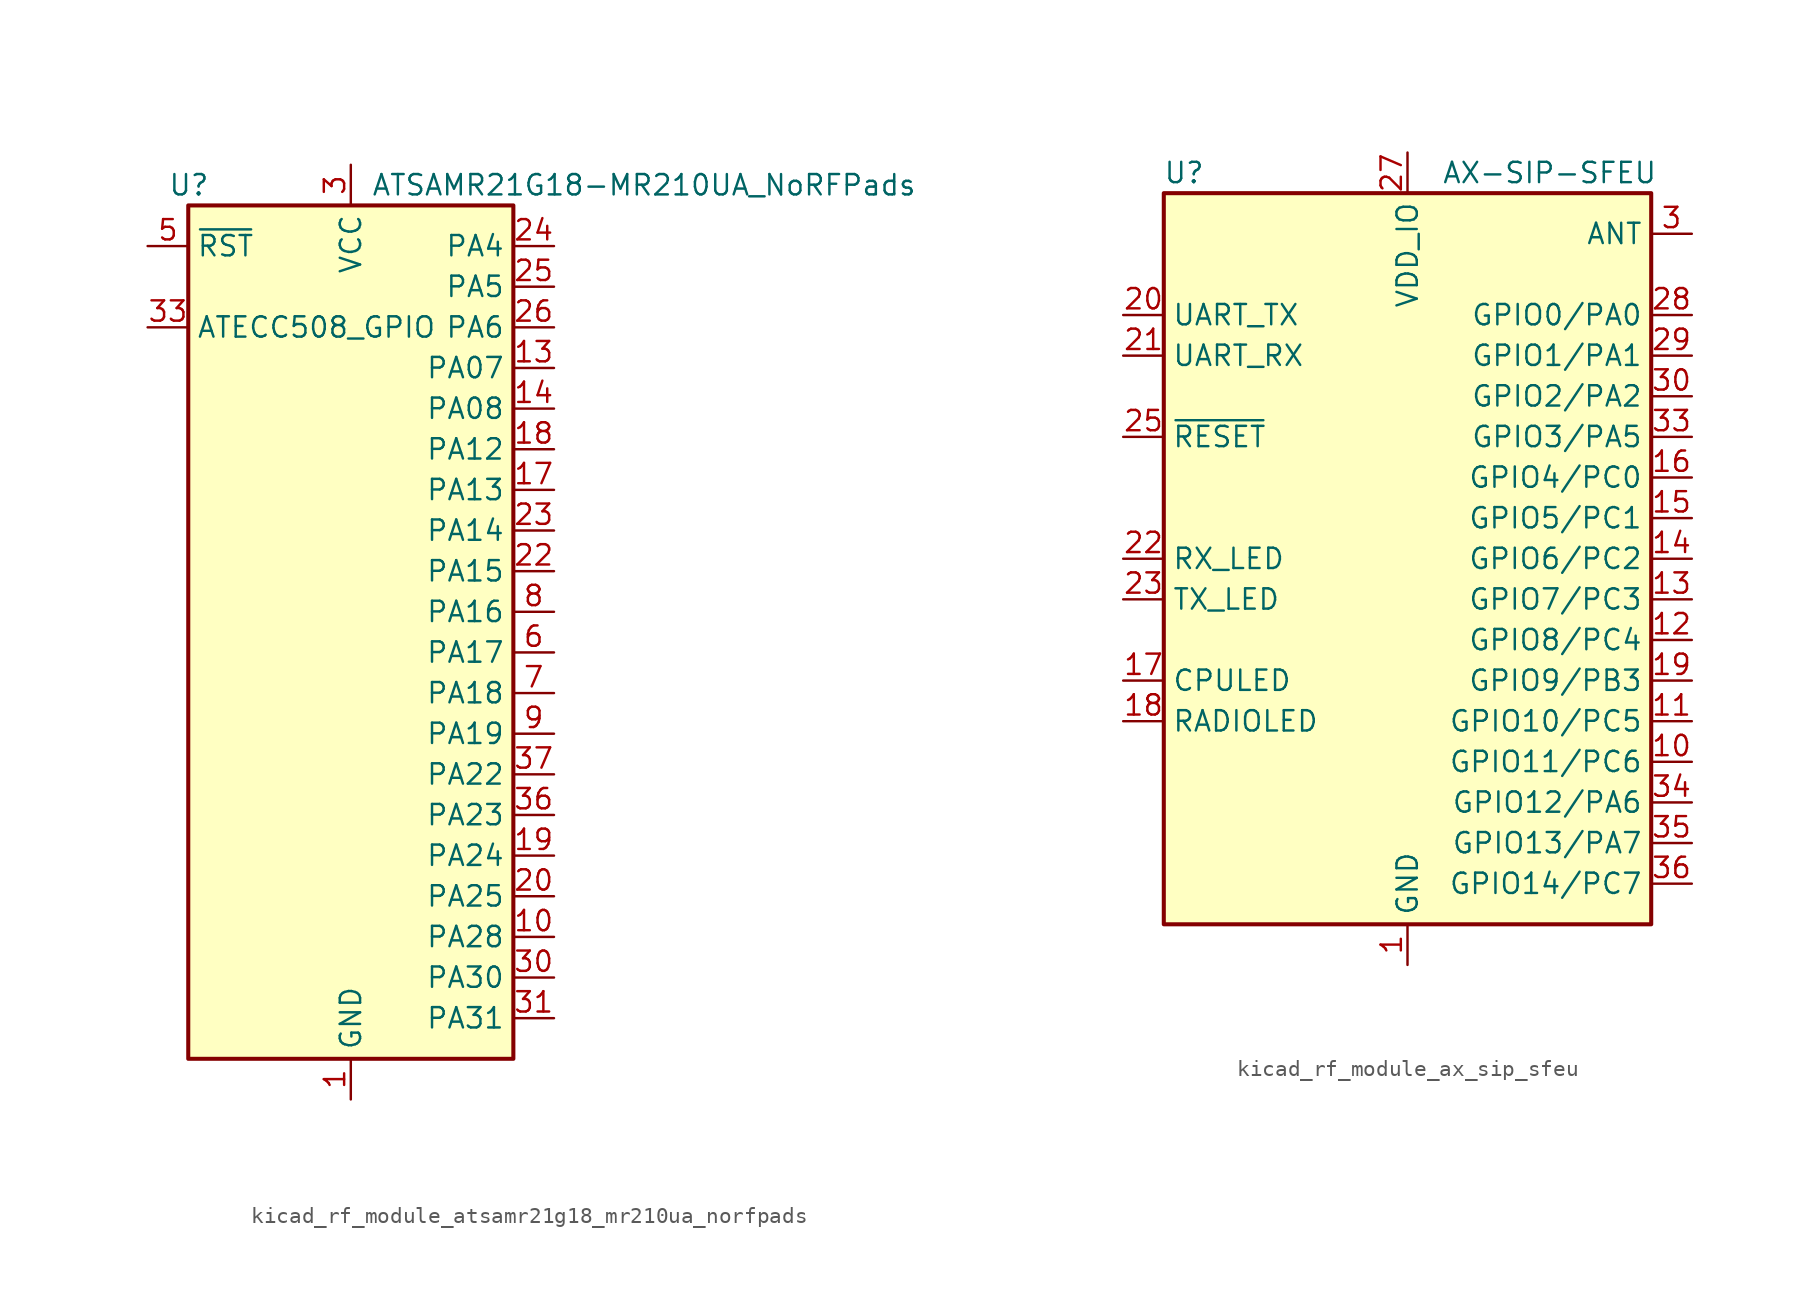
<source format=kicad_sym>
(kicad_symbol_lib
  (version 20220914)
  (generator kicad_symbol_editor)
  (symbol "kicad_rf_module_atsamr21g18_mr210ua_norfpads"
    (property "Reference" "U"
      (at -11.43 29.21 0)
      (effects (font (size 1.27 1.27)) (justify left)))
    (property "Value" "ATSAMR21G18-MR210UA_NoRFPads"
      (at 1.27 29.21 0)
      (effects (font (size 1.27 1.27)) (justify left)))
    (symbol "kicad_rf_module_atsamr21g18_mr210ua_norfpads_1_1"
      (rectangle (start -10.16 27.94) (end 10.16 -25.4) (stroke (width 0.254) (type default)) (fill (type background)))
      (pin power_in line (at 0 -27.94 90) (length 2.54) (name "GND" (effects (font (size 1.27 1.27)))) (number "1" (effects (font (size 1.27 1.27)))))
      (pin bidirectional line (at 12.7 -17.78 180) (length 2.54) (name "PA28" (effects (font (size 1.27 1.27)))) (number "10" (effects (font (size 1.27 1.27)))))
      (pin no_connect line (at -10.16 15.24 0) (length 2.54) hide (name "NC" (effects (font (size 1.27 1.27)))) (number "11" (effects (font (size 1.27 1.27)))))
      (pin passive line (at 0 -27.94 90) (length 2.54) hide (name "GND" (effects (font (size 1.27 1.27)))) (number "12" (effects (font (size 1.27 1.27)))))
      (pin bidirectional line (at 12.7 17.78 180) (length 2.54) (name "PA07" (effects (font (size 1.27 1.27)))) (number "13" (effects (font (size 1.27 1.27)))))
      (pin bidirectional line (at 12.7 15.24 180) (length 2.54) (name "PA08" (effects (font (size 1.27 1.27)))) (number "14" (effects (font (size 1.27 1.27)))))
      (pin no_connect line (at -10.16 12.7 0) (length 2.54) hide (name "NC" (effects (font (size 1.27 1.27)))) (number "15" (effects (font (size 1.27 1.27)))))
      (pin no_connect line (at -10.16 10.16 0) (length 2.54) hide (name "NC" (effects (font (size 1.27 1.27)))) (number "16" (effects (font (size 1.27 1.27)))))
      (pin bidirectional line (at 12.7 10.16 180) (length 2.54) (name "PA13" (effects (font (size 1.27 1.27)))) (number "17" (effects (font (size 1.27 1.27)))))
      (pin bidirectional line (at 12.7 12.7 180) (length 2.54) (name "PA12" (effects (font (size 1.27 1.27)))) (number "18" (effects (font (size 1.27 1.27)))))
      (pin bidirectional line (at 12.7 -12.7 180) (length 2.54) (name "PA24" (effects (font (size 1.27 1.27)))) (number "19" (effects (font (size 1.27 1.27)))))
      (pin passive line (at 0 -27.94 90) (length 2.54) hide (name "GND" (effects (font (size 1.27 1.27)))) (number "2" (effects (font (size 1.27 1.27)))))
      (pin bidirectional line (at 12.7 -15.24 180) (length 2.54) (name "PA25" (effects (font (size 1.27 1.27)))) (number "20" (effects (font (size 1.27 1.27)))))
      (pin no_connect line (at -10.16 7.62 0) (length 2.54) hide (name "NC" (effects (font (size 1.27 1.27)))) (number "21" (effects (font (size 1.27 1.27)))))
      (pin bidirectional line (at 12.7 5.08 180) (length 2.54) (name "PA15" (effects (font (size 1.27 1.27)))) (number "22" (effects (font (size 1.27 1.27)))))
      (pin bidirectional line (at 12.7 7.62 180) (length 2.54) (name "PA14" (effects (font (size 1.27 1.27)))) (number "23" (effects (font (size 1.27 1.27)))))
      (pin bidirectional line (at 12.7 25.4 180) (length 2.54) (name "PA4" (effects (font (size 1.27 1.27)))) (number "24" (effects (font (size 1.27 1.27)))))
      (pin bidirectional line (at 12.7 22.86 180) (length 2.54) (name "PA5" (effects (font (size 1.27 1.27)))) (number "25" (effects (font (size 1.27 1.27)))))
      (pin bidirectional line (at 12.7 20.32 180) (length 2.54) (name "PA6" (effects (font (size 1.27 1.27)))) (number "26" (effects (font (size 1.27 1.27)))))
      (pin no_connect line (at -10.16 5.08 0) (length 2.54) hide (name "NC" (effects (font (size 1.27 1.27)))) (number "27" (effects (font (size 1.27 1.27)))))
      (pin no_connect line (at -10.16 2.54 0) (length 2.54) hide (name "NC" (effects (font (size 1.27 1.27)))) (number "28" (effects (font (size 1.27 1.27)))))
      (pin passive line (at 0 -27.94 90) (length 2.54) hide (name "GND" (effects (font (size 1.27 1.27)))) (number "29" (effects (font (size 1.27 1.27)))))
      (pin power_in line (at 0 30.48 270) (length 2.54) (name "VCC" (effects (font (size 1.27 1.27)))) (number "3" (effects (font (size 1.27 1.27)))))
      (pin bidirectional line (at 12.7 -20.32 180) (length 2.54) (name "PA30" (effects (font (size 1.27 1.27)))) (number "30" (effects (font (size 1.27 1.27)))))
      (pin bidirectional line (at 12.7 -22.86 180) (length 2.54) (name "PA31" (effects (font (size 1.27 1.27)))) (number "31" (effects (font (size 1.27 1.27)))))
      (pin no_connect line (at -10.16 0 0) (length 2.54) hide (name "NC" (effects (font (size 1.27 1.27)))) (number "32" (effects (font (size 1.27 1.27)))))
      (pin bidirectional line (at -12.7 20.32 0) (length 2.54) (name "ATECC508_GPIO" (effects (font (size 1.27 1.27)))) (number "33" (effects (font (size 1.27 1.27)))))
      (pin no_connect line (at -10.16 -2.54 0) (length 2.54) hide (name "NC" (effects (font (size 1.27 1.27)))) (number "34" (effects (font (size 1.27 1.27)))))
      (pin no_connect line (at -10.16 -5.08 0) (length 2.54) hide (name "NC" (effects (font (size 1.27 1.27)))) (number "35" (effects (font (size 1.27 1.27)))))
      (pin bidirectional line (at 12.7 -10.16 180) (length 2.54) (name "PA23" (effects (font (size 1.27 1.27)))) (number "36" (effects (font (size 1.27 1.27)))))
      (pin bidirectional line (at 12.7 -7.62 180) (length 2.54) (name "PA22" (effects (font (size 1.27 1.27)))) (number "37" (effects (font (size 1.27 1.27)))))
      (pin no_connect line (at -10.16 -7.62 0) (length 2.54) hide (name "NC" (effects (font (size 1.27 1.27)))) (number "38" (effects (font (size 1.27 1.27)))))
      (pin no_connect line (at -10.16 -10.16 0) (length 2.54) hide (name "NC" (effects (font (size 1.27 1.27)))) (number "39" (effects (font (size 1.27 1.27)))))
      (pin passive line (at 0 30.48 270) (length 2.54) hide (name "VCC" (effects (font (size 1.27 1.27)))) (number "4" (effects (font (size 1.27 1.27)))))
      (pin no_connect line (at -10.16 -12.7 0) (length 2.54) hide (name "NC" (effects (font (size 1.27 1.27)))) (number "40" (effects (font (size 1.27 1.27)))))
      (pin passive line (at 0 -27.94 90) (length 2.54) hide (name "GND" (effects (font (size 1.27 1.27)))) (number "41" (effects (font (size 1.27 1.27)))))
      (pin passive line (at 0 -27.94 90) (length 2.54) hide (name "GND" (effects (font (size 1.27 1.27)))) (number "42" (effects (font (size 1.27 1.27)))))
      (pin input line (at -12.7 25.4 0) (length 2.54) (name "~{RST}" (effects (font (size 1.27 1.27)))) (number "5" (effects (font (size 1.27 1.27)))))
      (pin bidirectional line (at 12.7 0 180) (length 2.54) (name "PA17" (effects (font (size 1.27 1.27)))) (number "6" (effects (font (size 1.27 1.27)))))
      (pin bidirectional line (at 12.7 -2.54 180) (length 2.54) (name "PA18" (effects (font (size 1.27 1.27)))) (number "7" (effects (font (size 1.27 1.27)))))
      (pin bidirectional line (at 12.7 2.54 180) (length 2.54) (name "PA16" (effects (font (size 1.27 1.27)))) (number "8" (effects (font (size 1.27 1.27)))))
      (pin bidirectional line (at 12.7 -5.08 180) (length 2.54) (name "PA19" (effects (font (size 1.27 1.27)))) (number "9" (effects (font (size 1.27 1.27)))))))
  (symbol "kicad_rf_module_ax_sip_sfeu"
    (property "Reference" "U"
      (at -13.97 24.13 0)
      (effects (font (size 1.27 1.27))))
    (property "Value" "AX-SIP-SFEU"
      (at 8.89 24.13 0)
      (effects (font (size 1.27 1.27))))
    (symbol "kicad_rf_module_ax_sip_sfeu_0_1"
      (rectangle (start -15.24 22.86) (end 15.24 -22.86) (stroke (width 0.254) (type default)) (fill (type background))))
    (symbol "kicad_rf_module_ax_sip_sfeu_1_1"
      (pin power_in line (at 0 -25.4 90) (length 2.54) (name "GND" (effects (font (size 1.27 1.27)))) (number "1" (effects (font (size 1.27 1.27)))))
      (pin bidirectional line (at 17.78 -12.7 180) (length 2.54) (name "GPIO11/PC6" (effects (font (size 1.27 1.27)))) (number "10" (effects (font (size 1.27 1.27)))))
      (pin bidirectional line (at 17.78 -10.16 180) (length 2.54) (name "GPIO10/PC5" (effects (font (size 1.27 1.27)))) (number "11" (effects (font (size 1.27 1.27)))))
      (pin bidirectional line (at 17.78 -5.08 180) (length 2.54) (name "GPIO8/PC4" (effects (font (size 1.27 1.27)))) (number "12" (effects (font (size 1.27 1.27)))))
      (pin bidirectional line (at 17.78 -2.54 180) (length 2.54) (name "GPIO7/PC3" (effects (font (size 1.27 1.27)))) (number "13" (effects (font (size 1.27 1.27)))))
      (pin bidirectional line (at 17.78 0 180) (length 2.54) (name "GPIO6/PC2" (effects (font (size 1.27 1.27)))) (number "14" (effects (font (size 1.27 1.27)))))
      (pin bidirectional line (at 17.78 2.54 180) (length 2.54) (name "GPIO5/PC1" (effects (font (size 1.27 1.27)))) (number "15" (effects (font (size 1.27 1.27)))))
      (pin bidirectional line (at 17.78 5.08 180) (length 2.54) (name "GPIO4/PC0" (effects (font (size 1.27 1.27)))) (number "16" (effects (font (size 1.27 1.27)))))
      (pin output line (at -17.78 -7.62 0) (length 2.54) (name "CPULED" (effects (font (size 1.27 1.27)))) (number "17" (effects (font (size 1.27 1.27)))))
      (pin output line (at -17.78 -10.16 0) (length 2.54) (name "RADIOLED" (effects (font (size 1.27 1.27)))) (number "18" (effects (font (size 1.27 1.27)))))
      (pin bidirectional line (at 17.78 -7.62 180) (length 2.54) (name "GPIO9/PB3" (effects (font (size 1.27 1.27)))) (number "19" (effects (font (size 1.27 1.27)))))
      (pin passive line (at 0 -25.4 90) (length 2.54) hide (name "GND" (effects (font (size 1.27 1.27)))) (number "2" (effects (font (size 1.27 1.27)))))
      (pin output line (at -17.78 15.24 0) (length 2.54) (name "UART_TX" (effects (font (size 1.27 1.27)))) (number "20" (effects (font (size 1.27 1.27)))))
      (pin input line (at -17.78 12.7 0) (length 2.54) (name "UART_RX" (effects (font (size 1.27 1.27)))) (number "21" (effects (font (size 1.27 1.27)))))
      (pin output line (at -17.78 0 0) (length 2.54) (name "RX_LED" (effects (font (size 1.27 1.27)))) (number "22" (effects (font (size 1.27 1.27)))))
      (pin output line (at -17.78 -2.54 0) (length 2.54) (name "TX_LED" (effects (font (size 1.27 1.27)))) (number "23" (effects (font (size 1.27 1.27)))))
      (pin no_connect line (at -15.24 2.54 0) (length 2.54) hide (name "NC24" (effects (font (size 1.27 1.27)))) (number "24" (effects (font (size 1.27 1.27)))))
      (pin input line (at -17.78 7.62 0) (length 2.54) (name "~{RESET}" (effects (font (size 1.27 1.27)))) (number "25" (effects (font (size 1.27 1.27)))))
      (pin passive line (at 0 -25.4 90) (length 2.54) hide (name "GND" (effects (font (size 1.27 1.27)))) (number "26" (effects (font (size 1.27 1.27)))))
      (pin power_in line (at 0 25.4 270) (length 2.54) (name "VDD_IO" (effects (font (size 1.27 1.27)))) (number "27" (effects (font (size 1.27 1.27)))))
      (pin bidirectional line (at 17.78 15.24 180) (length 2.54) (name "GPIO0/PA0" (effects (font (size 1.27 1.27)))) (number "28" (effects (font (size 1.27 1.27)))))
      (pin bidirectional line (at 17.78 12.7 180) (length 2.54) (name "GPIO1/PA1" (effects (font (size 1.27 1.27)))) (number "29" (effects (font (size 1.27 1.27)))))
      (pin passive line (at 17.78 20.32 180) (length 2.54) (name "ANT" (effects (font (size 1.27 1.27)))) (number "3" (effects (font (size 1.27 1.27)))))
      (pin bidirectional line (at 17.78 10.16 180) (length 2.54) (name "GPIO2/PA2" (effects (font (size 1.27 1.27)))) (number "30" (effects (font (size 1.27 1.27)))))
      (pin no_connect line (at 2.54 22.86 270) (length 2.54) hide (name "NC" (effects (font (size 1.27 1.27)))) (number "31" (effects (font (size 1.27 1.27)))))
      (pin no_connect line (at 5.08 22.86 270) (length 2.54) hide (name "NC" (effects (font (size 1.27 1.27)))) (number "32" (effects (font (size 1.27 1.27)))))
      (pin bidirectional line (at 17.78 7.62 180) (length 2.54) (name "GPIO3/PA5" (effects (font (size 1.27 1.27)))) (number "33" (effects (font (size 1.27 1.27)))))
      (pin bidirectional line (at 17.78 -15.24 180) (length 2.54) (name "GPIO12/PA6" (effects (font (size 1.27 1.27)))) (number "34" (effects (font (size 1.27 1.27)))))
      (pin bidirectional line (at 17.78 -17.78 180) (length 2.54) (name "GPIO13/PA7" (effects (font (size 1.27 1.27)))) (number "35" (effects (font (size 1.27 1.27)))))
      (pin bidirectional line (at 17.78 -20.32 180) (length 2.54) (name "GPIO14/PC7" (effects (font (size 1.27 1.27)))) (number "36" (effects (font (size 1.27 1.27)))))
      (pin no_connect line (at 7.62 22.86 270) (length 2.54) hide (name "NC" (effects (font (size 1.27 1.27)))) (number "37" (effects (font (size 1.27 1.27)))))
      (pin no_connect line (at 10.16 22.86 270) (length 2.54) hide (name "NC" (effects (font (size 1.27 1.27)))) (number "38" (effects (font (size 1.27 1.27)))))
      (pin passive line (at 0 -25.4 90) (length 2.54) hide (name "GND" (effects (font (size 1.27 1.27)))) (number "39" (effects (font (size 1.27 1.27)))))
      (pin passive line (at 0 -25.4 90) (length 2.54) hide (name "GND" (effects (font (size 1.27 1.27)))) (number "4" (effects (font (size 1.27 1.27)))))
      (pin passive line (at 0 -25.4 90) (length 2.54) hide (name "GND" (effects (font (size 1.27 1.27)))) (number "40" (effects (font (size 1.27 1.27)))))
      (pin passive line (at 0 -25.4 90) (length 2.54) hide (name "GND" (effects (font (size 1.27 1.27)))) (number "41" (effects (font (size 1.27 1.27)))))
      (pin passive line (at 0 -25.4 90) (length 2.54) hide (name "GND" (effects (font (size 1.27 1.27)))) (number "42" (effects (font (size 1.27 1.27)))))
      (pin passive line (at 0 -25.4 90) (length 2.54) hide (name "GND" (effects (font (size 1.27 1.27)))) (number "43" (effects (font (size 1.27 1.27)))))
      (pin passive line (at 0 -25.4 90) (length 2.54) hide (name "GND" (effects (font (size 1.27 1.27)))) (number "44" (effects (font (size 1.27 1.27)))))
      (pin no_connect line (at -10.16 22.86 270) (length 2.54) hide (name "NC" (effects (font (size 1.27 1.27)))) (number "5" (effects (font (size 1.27 1.27)))))
      (pin passive line (at 0 -25.4 90) (length 2.54) hide (name "GND" (effects (font (size 1.27 1.27)))) (number "6" (effects (font (size 1.27 1.27)))))
      (pin no_connect line (at -7.62 22.86 270) (length 2.54) hide (name "NC" (effects (font (size 1.27 1.27)))) (number "7" (effects (font (size 1.27 1.27)))))
      (pin no_connect line (at -5.08 22.86 270) (length 2.54) hide (name "NC" (effects (font (size 1.27 1.27)))) (number "8" (effects (font (size 1.27 1.27)))))
      (pin no_connect line (at -2.54 22.86 270) (length 2.54) hide (name "NC" (effects (font (size 1.27 1.27)))) (number "9" (effects (font (size 1.27 1.27))))))))
</source>
